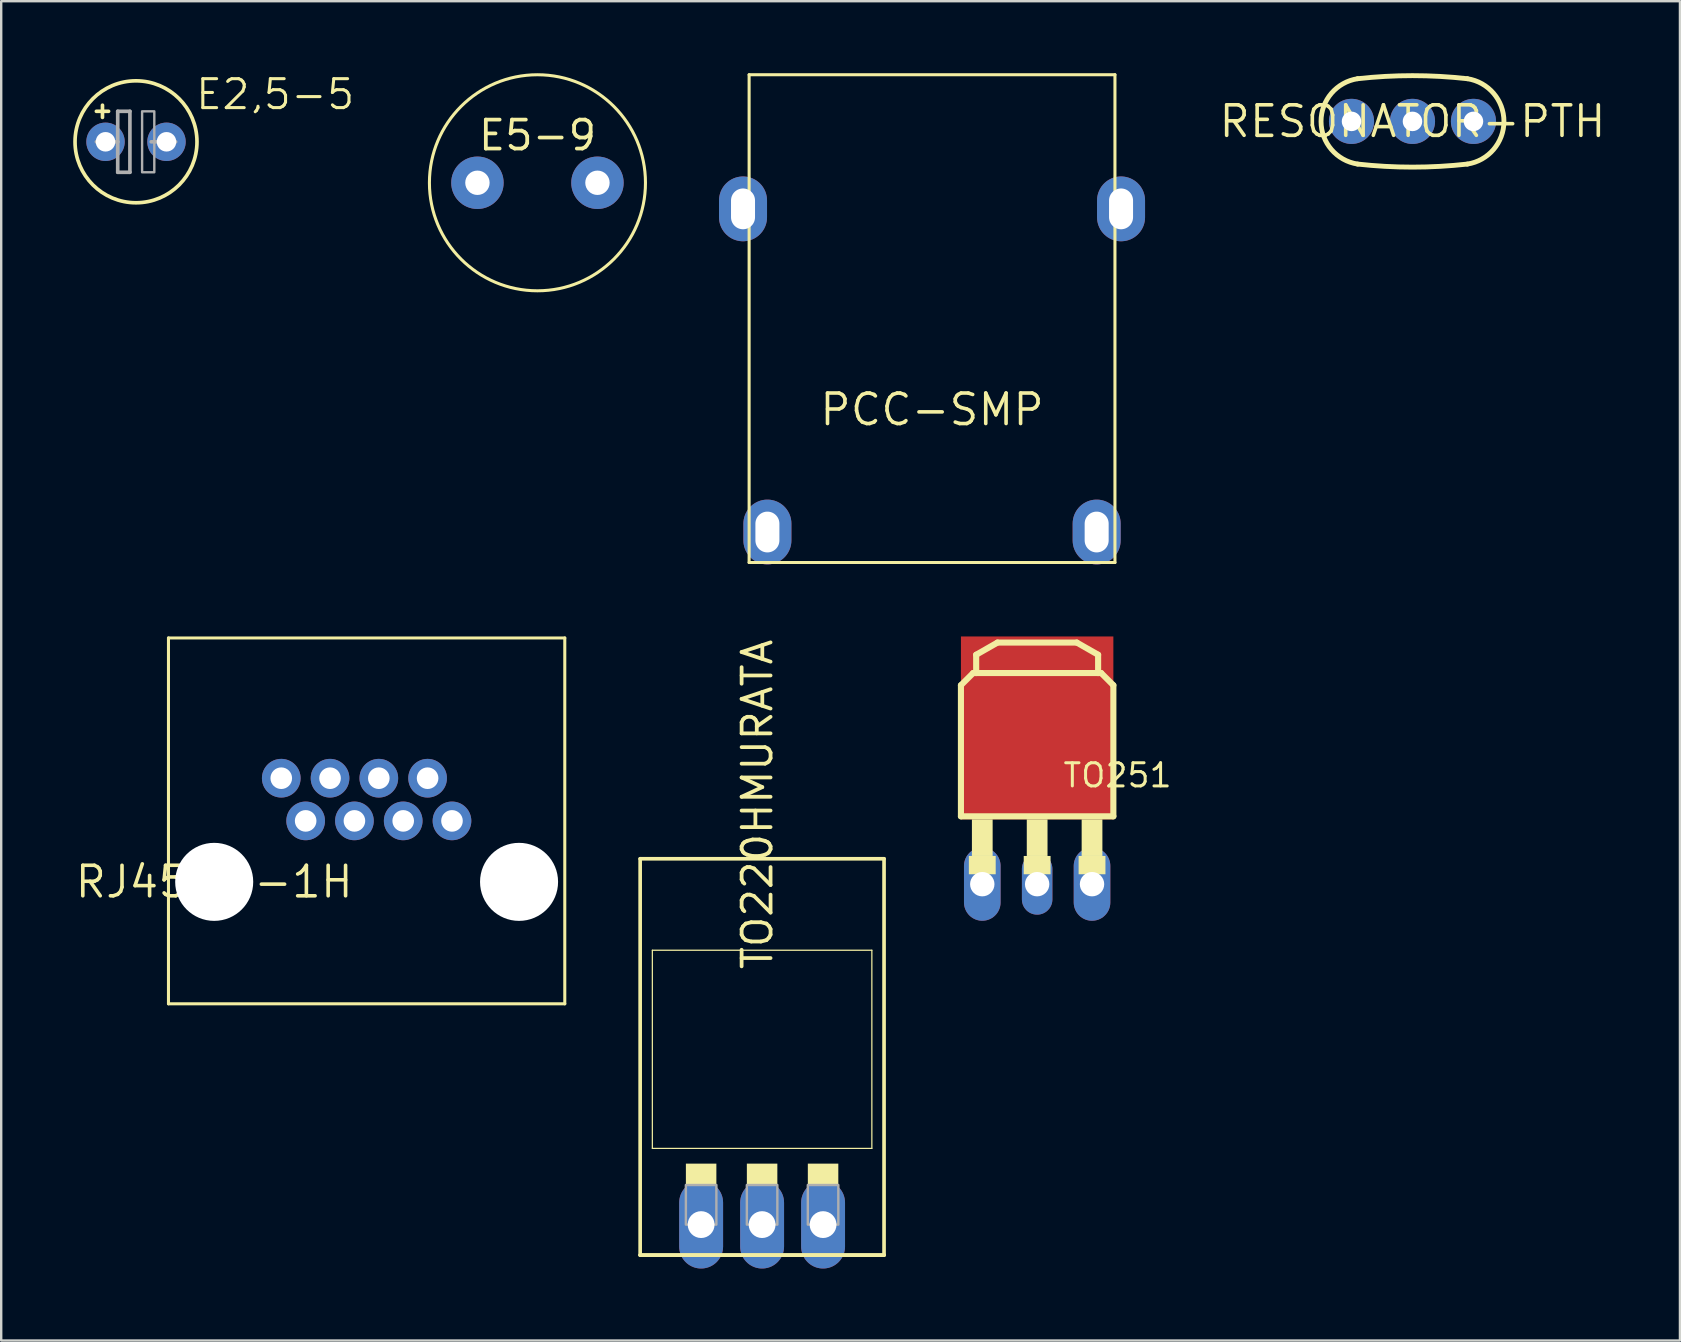
<source format=kicad_pcb>
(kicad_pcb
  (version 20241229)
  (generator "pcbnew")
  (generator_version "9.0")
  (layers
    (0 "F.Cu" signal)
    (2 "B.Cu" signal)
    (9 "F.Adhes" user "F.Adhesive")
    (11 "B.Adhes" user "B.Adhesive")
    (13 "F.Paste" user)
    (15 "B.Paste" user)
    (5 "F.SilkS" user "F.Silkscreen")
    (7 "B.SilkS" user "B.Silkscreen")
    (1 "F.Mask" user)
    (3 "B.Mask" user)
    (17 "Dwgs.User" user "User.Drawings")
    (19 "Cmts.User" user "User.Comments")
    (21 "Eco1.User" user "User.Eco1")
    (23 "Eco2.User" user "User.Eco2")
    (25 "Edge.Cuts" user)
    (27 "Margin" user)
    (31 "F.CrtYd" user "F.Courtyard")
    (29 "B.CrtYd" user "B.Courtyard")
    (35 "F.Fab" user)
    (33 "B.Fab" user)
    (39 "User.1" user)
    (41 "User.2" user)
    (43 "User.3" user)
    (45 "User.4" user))
  (footprint "RESONATOR-PTH"
    (layer "F.Cu")
    (at 55.792 2.007)
    (property "Reference" "RESONATOR-PTH" (at 0 0 0) (layer "F.SilkS") (effects (font (size 1.27 1.27) (thickness 0.15))))
    (attr through_hole)
    (fp_arc (start -2.286 -1.778) (mid 0 -1.905392) (end 2.286 -1.778) (stroke (width 0.2032) (type solid)) (layer "F.SilkS"))
    (fp_arc (start -2.286 1.778) (mid -3.809972 0) (end -2.286 -1.778) (stroke (width 0.2032) (type solid)) (layer "F.SilkS"))
    (fp_arc (start 2.286 -1.778) (mid 3.809972 0) (end 2.286 1.778) (stroke (width 0.2032) (type solid)) (layer "F.SilkS"))
    (fp_arc (start 2.286 1.778) (mid 0 1.905) (end -2.286 1.778) (stroke (width 0.2032) (type solid)) (layer "F.SilkS"))
    (pad "1" thru_hole circle (at -2.54 0) (size 1.88 1.88) (drill 0.813) (layers "*.Cu" "*.Mask"))
    (pad "2" thru_hole circle (at 0 0) (size 1.88 1.88) (drill 0.813) (layers "*.Cu" "*.Mask"))
    (pad "3" thru_hole circle (at 2.54 0) (size 1.88 1.88) (drill 0.813) (layers "*.Cu" "*.Mask")))
  (footprint "E5-9"
    (layer "F.Cu")
    (at 19.339 4.564)
    (property "Reference" "E5-9" (at -2.54 -1.27 180) (layer "F.SilkS") (effects (font (size 1.206 1.206) (thickness 0.157)) (justify left bottom)))
    (attr through_hole)
    (fp_circle (center 0 0) (end 4.5 0) (stroke (width 0.127) (type solid)) (fill no) (layer "F.SilkS"))
    (pad "NEG" thru_hole circle (at 2.5 0) (size 2.184 2.184) (drill 1.016) (layers "*.Cu" "*.Mask"))
    (pad "POS" thru_hole circle (at -2.5 0) (size 2.184 2.184) (drill 1.016) (layers "*.Cu" "*.Mask")))
  (footprint "PCC-SMP"
    (layer "F.Cu")
    (at 35.777 19.113)
    (property "Reference" "PCC-SMP" (at 0 -5.1 0) (layer "F.SilkS") (effects (font (size 1.27 1.27) (thickness 0.15))))
    (attr through_hole)
    (fp_line (start -7.62 -19.05) (end -7.62 1.27) (stroke (width 0.127) (type solid)) (layer "F.SilkS"))
    (fp_line (start -7.62 1.27) (end 7.62 1.27) (stroke (width 0.127) (type solid)) (layer "F.SilkS"))
    (fp_line (start 7.62 -19.05) (end -7.62 -19.05) (stroke (width 0.127) (type solid)) (layer "F.SilkS"))
    (fp_line (start 7.62 1.27) (end 7.62 -19.05) (stroke (width 0.127) (type solid)) (layer "F.SilkS"))
    (pad "P$3" thru_hole oval (at 7.874 -13.462 90) (size 2.7 2) (drill oval 1.7 1) (layers "*.Cu" "*.Mask"))
    (pad "P$4" thru_hole oval (at -7.874 -13.462 90) (size 2.7 2) (drill oval 1.7 1) (layers "*.Cu" "*.Mask"))
    (pad "TC+" thru_hole oval (at -6.858 0 90) (size 2.7 2) (drill oval 1.7 1) (layers "*.Cu" "*.Mask"))
    (pad "TC-" thru_hole oval (at 6.858 0 90) (size 2.7 2) (drill oval 1.7 1) (layers "*.Cu" "*.Mask")))
  (footprint "E2,5-5"
    (layer "F.Cu")
    (at 2.616 2.857)
    (property "Reference" "E2,5-5" (at 2.413 -1.27 0) (layer "F.SilkS") (effects (font (size 1.206 1.206) (thickness 0.127)) (justify left bottom)))
    (attr through_hole)
    (fp_line (start -1.651 -1.27) (end -1.397 -1.27) (stroke (width 0.152) (type solid)) (layer "F.SilkS"))
    (fp_line (start -1.397 -1.27) (end -1.397 -1.524) (stroke (width 0.152) (type solid)) (layer "F.SilkS"))
    (fp_line (start -1.397 -1.27) (end -1.143 -1.27) (stroke (width 0.152) (type solid)) (layer "F.SilkS"))
    (fp_line (start -1.397 -1.016) (end -1.397 -1.27) (stroke (width 0.152) (type solid)) (layer "F.SilkS"))
    (fp_circle (center 0 0) (end 2.54 0) (stroke (width 0.152) (type solid)) (fill no) (layer "F.SilkS"))
    (fp_line (start -1.651 0) (end -0.762 0) (stroke (width 0.152) (type solid)) (layer "F.Fab"))
    (fp_line (start -0.762 -1.27) (end -0.762 0) (stroke (width 0.152) (type solid)) (layer "F.Fab"))
    (fp_line (start -0.762 0) (end -0.762 1.27) (stroke (width 0.152) (type solid)) (layer "F.Fab"))
    (fp_line (start -0.762 1.27) (end -0.254 1.27) (stroke (width 0.152) (type solid)) (layer "F.Fab"))
    (fp_line (start -0.254 -1.27) (end -0.762 -1.27) (stroke (width 0.152) (type solid)) (layer "F.Fab"))
    (fp_line (start -0.254 1.27) (end -0.254 -1.27) (stroke (width 0.152) (type solid)) (layer "F.Fab"))
    (fp_line (start 0.635 0) (end 1.651 0) (stroke (width 0.152) (type solid)) (layer "F.Fab"))
    (fp_poly (pts (xy 0.254 1.27) (xy 0.762 1.27) (xy 0.762 -1.27) (xy 0.254 -1.27)) (stroke (width 0.1) (type solid)) (fill no) (layer "F.Fab"))
    (pad "+" thru_hole circle (at -1.27 0) (size 1.6 1.6) (drill 0.813) (layers "*.Cu" "*.Mask"))
    (pad "-" thru_hole circle (at 1.27 0) (size 1.6 1.6) (drill 0.813) (layers "*.Cu" "*.Mask")))
  (footprint "TO220HMURATA"
    (layer "F.Cu")
    (at 28.698 42.885)
    (property "Reference" "TO220HMURATA" (at 0.508 -5.461 270) (layer "F.SilkS") (effects (font (size 1.206 1.206) (thickness 0.157)) (justify left bottom)))
    (attr through_hole)
    (fp_line (start -5.08 -10.16) (end 5.08 -10.16) (stroke (width 0.152) (type solid)) (layer "F.SilkS"))
    (fp_line (start -5.08 6.35) (end -5.08 -10.16) (stroke (width 0.152) (type solid)) (layer "F.SilkS"))
    (fp_line (start -5.08 6.35) (end 5.08 6.35) (stroke (width 0.152) (type solid)) (layer "F.SilkS"))
    (fp_line (start -4.572 1.905) (end -4.572 -6.35) (stroke (width 0.051) (type solid)) (layer "F.SilkS"))
    (fp_line (start -4.572 1.905) (end 4.572 1.905) (stroke (width 0.051) (type solid)) (layer "F.SilkS"))
    (fp_line (start 4.572 -6.35) (end -4.572 -6.35) (stroke (width 0.051) (type solid)) (layer "F.SilkS"))
    (fp_line (start 4.572 -6.35) (end 4.572 1.905) (stroke (width 0.051) (type solid)) (layer "F.SilkS"))
    (fp_line (start 5.08 -10.16) (end 5.08 6.35) (stroke (width 0.152) (type solid)) (layer "F.SilkS"))
    (fp_line (start 5.08 6.35) (end -5.08 6.35) (stroke (width 0.152) (type solid)) (layer "F.SilkS"))
    (fp_poly (pts (xy -3.175 3.429) (xy -1.905 3.429) (xy -1.905 2.54) (xy -3.175 2.54)) (stroke (width 0) (type solid)) (fill yes) (layer "F.SilkS"))
    (fp_poly (pts (xy -0.635 3.429) (xy 0.635 3.429) (xy 0.635 2.54) (xy -0.635 2.54)) (stroke (width 0) (type solid)) (fill yes) (layer "F.SilkS"))
    (fp_poly (pts (xy 1.905 3.429) (xy 3.175 3.429) (xy 3.175 2.54) (xy 1.905 2.54)) (stroke (width 0) (type solid)) (fill yes) (layer "F.SilkS"))
    (fp_poly (pts (xy -3.175 5.08) (xy -1.905 5.08) (xy -1.905 3.429) (xy -3.175 3.429)) (stroke (width 0.1) (type solid)) (fill no) (layer "F.Fab"))
    (fp_poly (pts (xy -0.635 5.08) (xy 0.635 5.08) (xy 0.635 3.429) (xy -0.635 3.429)) (stroke (width 0.1) (type solid)) (fill no) (layer "F.Fab"))
    (fp_poly (pts (xy 1.905 5.08) (xy 3.175 5.08) (xy 3.175 3.429) (xy 1.905 3.429)) (stroke (width 0.1) (type solid)) (fill no) (layer "F.Fab"))
    (pad "1" thru_hole oval (at 2.54 5.08 90) (size 3.658 1.829) (drill 1.118) (layers "*.Cu" "*.Mask"))
    (pad "2" thru_hole oval (at 0 5.08 90) (size 3.658 1.829) (drill 1.118) (layers "*.Cu" "*.Mask"))
    (pad "3" thru_hole oval (at -2.54 5.08 90) (size 3.658 1.829) (drill 1.118) (layers "*.Cu" "*.Mask")))
  (footprint "RJ45-8-1H"
    (layer "F.Cu")
    (at 5.873 33.687)
    (property "Reference" "RJ45-8-1H" (at 0 0 0) (layer "F.SilkS") (effects (font (size 1.27 1.27) (thickness 0.15))))
    (attr through_hole)
    (fp_line (start -1.905 -10.16) (end 14.605 -10.16) (stroke (width 0.127) (type solid)) (layer "F.SilkS"))
    (fp_line (start -1.905 5.08) (end -1.905 -10.16) (stroke (width 0.127) (type solid)) (layer "F.SilkS"))
    (fp_line (start 14.605 -10.16) (end 14.605 5.08) (stroke (width 0.127) (type solid)) (layer "F.SilkS"))
    (fp_line (start 14.605 5.08) (end -1.905 5.08) (stroke (width 0.127) (type solid)) (layer "F.SilkS"))
    (pad "" np_thru_hole circle (at 0 0) (size 3.251 3.251) (drill 3.251) (layers "*.Cu" "*.Mask"))
    (pad "" np_thru_hole circle (at 12.7 0) (size 3.251 3.251) (drill 3.251) (layers "*.Cu" "*.Mask"))
    (pad "1" thru_hole circle (at 9.906 -2.54) (size 1.611 1.611) (drill 0.9) (layers "*.Cu" "*.Mask"))
    (pad "2" thru_hole circle (at 8.89 -4.318) (size 1.611 1.611) (drill 0.9) (layers "*.Cu" "*.Mask"))
    (pad "3" thru_hole circle (at 7.874 -2.54) (size 1.611 1.611) (drill 0.9) (layers "*.Cu" "*.Mask"))
    (pad "4" thru_hole circle (at 6.858 -4.318) (size 1.611 1.611) (drill 0.9) (layers "*.Cu" "*.Mask"))
    (pad "5" thru_hole circle (at 5.842 -2.54) (size 1.611 1.611) (drill 0.9) (layers "*.Cu" "*.Mask"))
    (pad "6" thru_hole circle (at 4.826 -4.318) (size 1.611 1.611) (drill 0.9) (layers "*.Cu" "*.Mask"))
    (pad "7" thru_hole circle (at 3.81 -2.54) (size 1.611 1.611) (drill 0.9) (layers "*.Cu" "*.Mask"))
    (pad "8" thru_hole circle (at 2.794 -4.318) (size 1.611 1.611) (drill 0.9) (layers "*.Cu" "*.Mask")))
  (footprint "TO251"
    (layer "F.Cu")
    (at 40.156 31.084)
    (property "Reference" "TO251" (at 1.016 -1.27 180) (layer "F.SilkS") (effects (font (size 0.965 0.965) (thickness 0.125)) (justify left bottom)))
    (attr through_hole)
    (fp_line (start -3.175 -5.588) (end -3.175 -0.127) (stroke (width 0.254) (type solid)) (layer "F.SilkS"))
    (fp_line (start -3.175 -0.127) (end 3.175 -0.127) (stroke (width 0.254) (type solid)) (layer "F.SilkS"))
    (fp_line (start -2.667 -6.096) (end -3.175 -5.588) (stroke (width 0.254) (type solid)) (layer "F.SilkS"))
    (fp_line (start -2.54 -6.858) (end -1.651 -7.366) (stroke (width 0.254) (type solid)) (layer "F.SilkS"))
    (fp_line (start -2.54 -6.096) (end -2.667 -6.096) (stroke (width 0.254) (type solid)) (layer "F.SilkS"))
    (fp_line (start -2.54 -6.096) (end -2.54 -6.858) (stroke (width 0.254) (type solid)) (layer "F.SilkS"))
    (fp_line (start -1.651 -7.366) (end 1.651 -7.366) (stroke (width 0.254) (type solid)) (layer "F.SilkS"))
    (fp_line (start 1.651 -7.366) (end 2.54 -6.858) (stroke (width 0.254) (type solid)) (layer "F.SilkS"))
    (fp_line (start 2.54 -6.858) (end 2.54 -6.096) (stroke (width 0.254) (type solid)) (layer "F.SilkS"))
    (fp_line (start 2.54 -6.096) (end -2.54 -6.096) (stroke (width 0.254) (type solid)) (layer "F.SilkS"))
    (fp_line (start 2.667 -6.096) (end 2.54 -6.096) (stroke (width 0.254) (type solid)) (layer "F.SilkS"))
    (fp_line (start 3.175 -5.588) (end 2.667 -6.096) (stroke (width 0.254) (type solid)) (layer "F.SilkS"))
    (fp_line (start 3.175 -0.127) (end 3.175 -5.588) (stroke (width 0.254) (type solid)) (layer "F.SilkS"))
    (fp_poly (pts (xy -2.845 2.286) (xy -1.727 2.286) (xy -1.727 1.524) (xy -2.845 1.524)) (stroke (width 0) (type solid)) (fill yes) (layer "F.SilkS"))
    (fp_poly (pts (xy -2.718 1.524) (xy -1.854 1.524) (xy -1.854 0) (xy -2.718 0)) (stroke (width 0) (type solid)) (fill yes) (layer "F.SilkS"))
    (fp_poly (pts (xy -0.559 2.286) (xy 0.559 2.286) (xy 0.559 1.524) (xy -0.559 1.524)) (stroke (width 0) (type solid)) (fill yes) (layer "F.SilkS"))
    (fp_poly (pts (xy -0.432 1.524) (xy 0.432 1.524) (xy 0.432 0) (xy -0.432 0)) (stroke (width 0) (type solid)) (fill yes) (layer "F.SilkS"))
    (fp_poly (pts (xy 1.727 2.286) (xy 2.845 2.286) (xy 2.845 1.524) (xy 1.727 1.524)) (stroke (width 0) (type solid)) (fill yes) (layer "F.SilkS"))
    (fp_poly (pts (xy 1.854 1.524) (xy 2.718 1.524) (xy 2.718 0) (xy 1.854 0)) (stroke (width 0) (type solid)) (fill yes) (layer "F.SilkS"))
    (pad "1" thru_hole oval (at -2.286 2.699 90) (size 3.048 1.524) (drill 1.016) (layers "*.Cu" "*.Mask"))
    (pad "2@1" thru_hole oval (at 0 2.699 90) (size 2.54 1.27) (drill 1.016) (layers "*.Cu" "*.Mask"))
    (pad "2@2" smd rect (at 0 -3.81) (size 6.35 7.62) (layers "F.Cu" "F.Mask" "F.Paste"))
    (pad "3" thru_hole oval (at 2.286 2.699 90) (size 3.048 1.524) (drill 1.016) (layers "*.Cu" "*.Mask")))
  (gr_rect
    (start -3 -3)
    (end 66.934 52.794)
    (stroke (width 0.1) (type default))
    (fill no)
    (layer "Edge.Cuts")))
</source>
